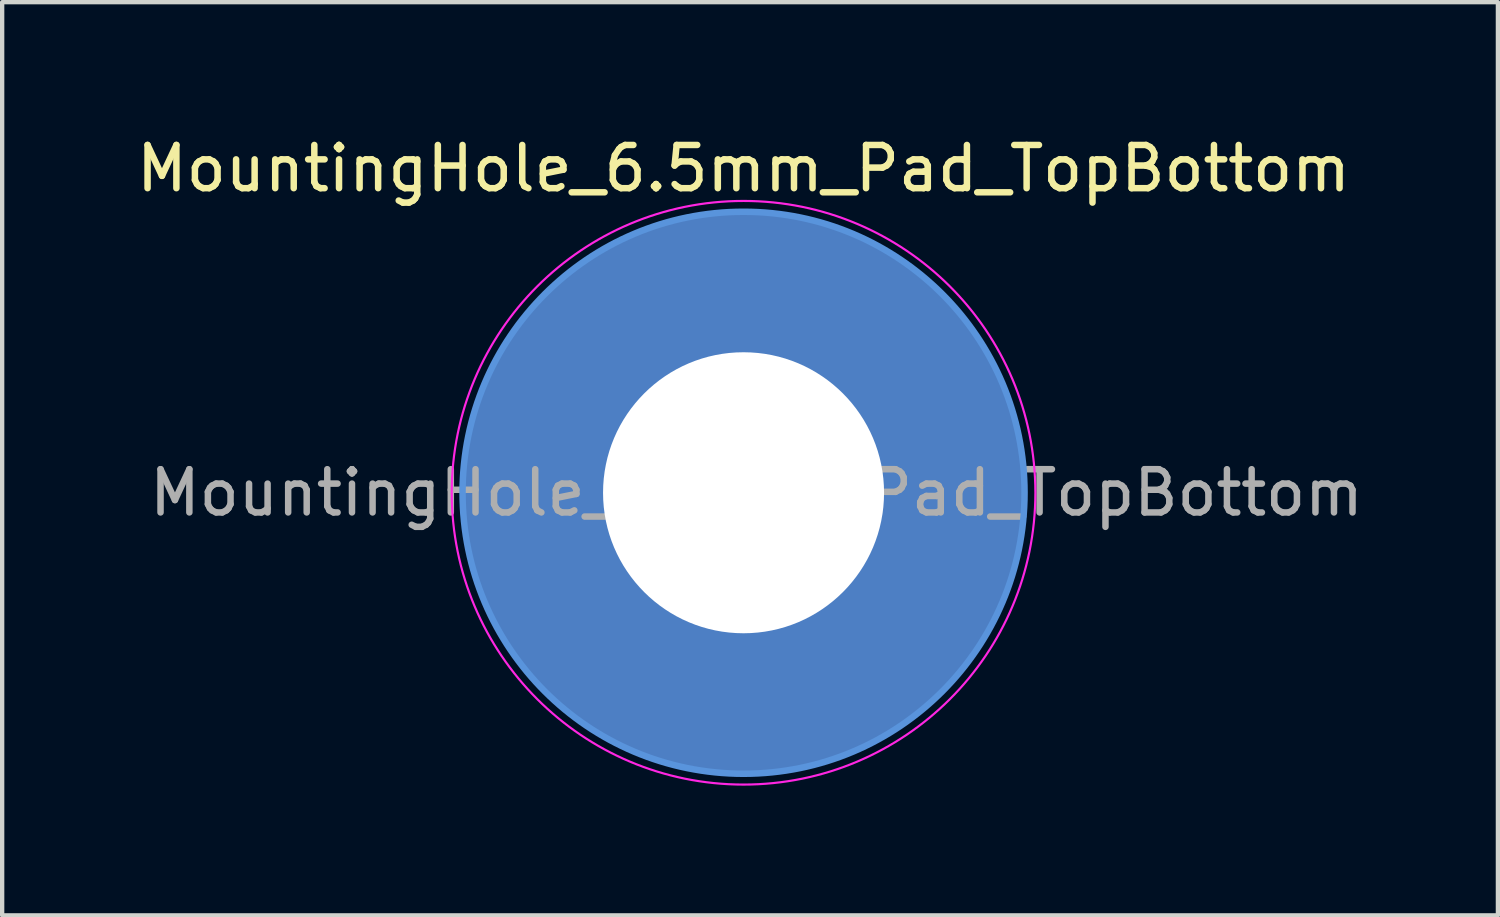
<source format=kicad_pcb>
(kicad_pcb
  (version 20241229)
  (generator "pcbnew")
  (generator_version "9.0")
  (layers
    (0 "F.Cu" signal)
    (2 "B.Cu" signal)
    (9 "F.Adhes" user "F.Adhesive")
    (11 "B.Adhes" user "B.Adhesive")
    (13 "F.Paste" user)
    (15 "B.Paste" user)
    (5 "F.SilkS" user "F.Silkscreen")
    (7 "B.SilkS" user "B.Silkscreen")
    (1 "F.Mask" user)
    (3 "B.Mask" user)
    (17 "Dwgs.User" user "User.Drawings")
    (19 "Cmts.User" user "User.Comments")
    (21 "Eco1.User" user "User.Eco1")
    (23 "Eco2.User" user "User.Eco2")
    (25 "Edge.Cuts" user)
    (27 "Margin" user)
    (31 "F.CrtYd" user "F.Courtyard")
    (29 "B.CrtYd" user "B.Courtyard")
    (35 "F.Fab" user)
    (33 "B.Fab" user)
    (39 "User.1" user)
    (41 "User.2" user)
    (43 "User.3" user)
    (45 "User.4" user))
  (footprint "MountingHole_6.5mm_Pad_TopBottom"
    (layer "F.Cu")
    (at 14.149 8.348)
    (property "Reference" "MountingHole_6.5mm_Pad_TopBottom" (at 0 -7.5 0) (layer "F.SilkS") (effects (font (size 1 1) (thickness 0.15))))
    (attr exclude_from_pos_files exclude_from_bom)
    (fp_circle (center 0 0) (end 6.5 0) (stroke (width 0.15) (type solid)) (fill no) (layer "Cmts.User"))
    (fp_circle (center 0 0) (end 6.75 0) (stroke (width 0.05) (type solid)) (fill no) (layer "F.CrtYd"))
    (fp_text user "${REFERENCE}" (at 0.3 0 0) (layer "F.Fab") (effects (font (size 1 1) (thickness 0.15))))
    (pad "1" thru_hole circle (at 0 0) (size 6.9 6.9) (drill 6.5) (layers "*.Cu" "*.Mask"))
    (pad "1" connect circle (at 0 0) (size 13 13) (layers "F.Cu" "F.Mask"))
    (pad "1" connect circle (at 0 0) (size 13 13) (layers "B.Cu" "B.Mask")))
  (gr_rect
    (start -3 -3)
    (end 31.598 18.123)
    (stroke (width 0.1) (type default))
    (fill no)
    (layer "Edge.Cuts")))
</source>
